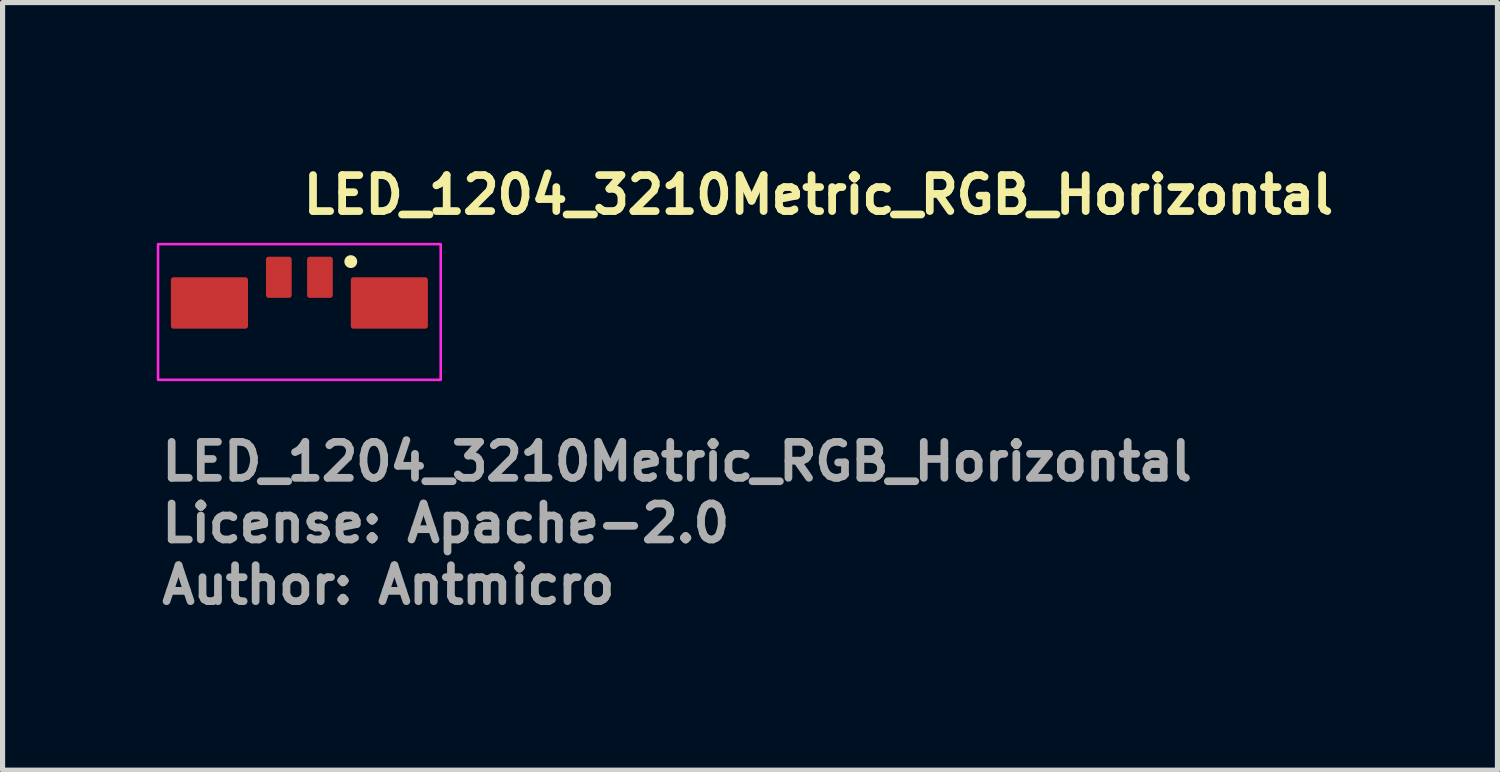
<source format=kicad_pcb>
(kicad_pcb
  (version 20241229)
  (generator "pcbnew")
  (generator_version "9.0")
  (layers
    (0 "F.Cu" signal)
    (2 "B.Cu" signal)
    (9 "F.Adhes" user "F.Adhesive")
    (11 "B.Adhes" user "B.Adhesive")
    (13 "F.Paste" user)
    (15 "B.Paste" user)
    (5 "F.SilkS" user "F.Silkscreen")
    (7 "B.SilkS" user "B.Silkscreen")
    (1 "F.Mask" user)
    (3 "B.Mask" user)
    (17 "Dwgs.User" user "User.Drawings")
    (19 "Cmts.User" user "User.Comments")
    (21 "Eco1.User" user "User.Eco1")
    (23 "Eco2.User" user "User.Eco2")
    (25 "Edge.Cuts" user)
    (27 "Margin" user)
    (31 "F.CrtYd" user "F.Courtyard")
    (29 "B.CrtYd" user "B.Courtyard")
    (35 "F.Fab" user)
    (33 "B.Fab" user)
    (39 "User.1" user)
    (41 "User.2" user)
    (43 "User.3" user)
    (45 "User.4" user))
  (footprint "LED_1204_3210Metric_RGB_Horizontal"
    (layer "F.Cu")
    (at 2.775 2.845)
    (property "Reference" "LED_1204_3210Metric_RGB_Horizontal" (at 0 -1.695 0) (unlocked yes) (layer "F.SilkS") (effects (font (size 0.7 0.7) (thickness 0.15)) (justify left bottom)))
    (attr smd)
    (fp_circle (center 1 -0.805) (end 1.05 -0.805) (stroke (width 0.15) (type solid)) (fill yes) (layer "F.SilkS"))
    (fp_rect (start -2.75 -1.145) (end 2.75 1.495) (stroke (width 0.05) (type solid)) (fill no) (layer "F.CrtYd"))
    (fp_rect (start -1.6 -0.26) (end 1.6 1.25) (stroke (width 0.1) (type solid)) (fill no) (layer "User.5"))
    (fp_line (start -1.6 -0.26) (end -1.6 0.26) (stroke (width 0.02) (type solid)) (layer "User.9"))
    (fp_line (start -1.6 -0.25) (end -1.6 -0.26) (stroke (width 0.02) (type solid)) (layer "User.9"))
    (fp_line (start -1.6 -0.25) (end -0.87 -0.25) (stroke (width 0.02) (type solid)) (layer "User.9"))
    (fp_line (start -1.6 0.25) (end -1.6 -0.25) (stroke (width 0.02) (type solid)) (layer "User.9"))
    (fp_line (start -1.6 0.25) (end -1.6 0.26) (stroke (width 0.02) (type solid)) (layer "User.9"))
    (fp_line (start -1.6 0.26) (end -1.6 -0.25) (stroke (width 0.02) (type solid)) (layer "User.9"))
    (fp_line (start -1.35 -0.26) (end -1.6 -0.26) (stroke (width 0.02) (type solid)) (layer "User.9"))
    (fp_line (start -1.35 -0.26) (end -1.2 -0.26) (stroke (width 0.02) (type solid)) (layer "User.9"))
    (fp_line (start -1.35 -0.26) (end -1.2 -0.26) (stroke (width 0.02) (type solid)) (layer "User.9"))
    (fp_line (start -1.35 0.26) (end -1.6 0.26) (stroke (width 0.02) (type solid)) (layer "User.9"))
    (fp_line (start -1.35 0.26) (end -1.35 -0.26) (stroke (width 0.02) (type solid)) (layer "User.9"))
    (fp_line (start -1.2 -0.26) (end -1.2 -0.25) (stroke (width 0.02) (type solid)) (layer "User.9"))
    (fp_line (start -1.2 -0.26) (end -0.87 -0.26) (stroke (width 0.02) (type solid)) (layer "User.9"))
    (fp_line (start -1.2 0.25) (end -1.2 0.26) (stroke (width 0.02) (type solid)) (layer "User.9"))
    (fp_line (start -1.2 0.26) (end -1.35 0.26) (stroke (width 0.02) (type solid)) (layer "User.9"))
    (fp_line (start -1.2 0.26) (end -1 0.26) (stroke (width 0.02) (type solid)) (layer "User.9"))
    (fp_line (start -1 0.25) (end -1 0.26) (stroke (width 0.02) (type solid)) (layer "User.9"))
    (fp_line (start -0.996 0.337) (end -1 0.25) (stroke (width 0.02) (type solid)) (layer "User.9"))
    (fp_line (start -0.985 0.424) (end -0.996 0.337) (stroke (width 0.02) (type solid)) (layer "User.9"))
    (fp_line (start -0.966 0.509) (end -0.985 0.424) (stroke (width 0.02) (type solid)) (layer "User.9"))
    (fp_line (start -0.94 0.592) (end -0.966 0.509) (stroke (width 0.02) (type solid)) (layer "User.9"))
    (fp_line (start -0.906 0.673) (end -0.94 0.592) (stroke (width 0.02) (type solid)) (layer "User.9"))
    (fp_line (start -0.87 -0.26) (end -0.87 -0.25) (stroke (width 0.02) (type solid)) (layer "User.9"))
    (fp_line (start -0.87 -0.26) (end -0.75 -0.26) (stroke (width 0.02) (type solid)) (layer "User.9"))
    (fp_line (start -0.866 0.75) (end -0.906 0.673) (stroke (width 0.02) (type solid)) (layer "User.9"))
    (fp_line (start -0.819 0.823) (end -0.866 0.75) (stroke (width 0.02) (type solid)) (layer "User.9"))
    (fp_line (start -0.766 0.893) (end -0.819 0.823) (stroke (width 0.02) (type solid)) (layer "User.9"))
    (fp_line (start -0.75 -0.26) (end -0.87 -0.26) (stroke (width 0.02) (type solid)) (layer "User.9"))
    (fp_line (start -0.75 -0.26) (end -0.6 -0.26) (stroke (width 0.02) (type solid)) (layer "User.9"))
    (fp_line (start -0.75 -0.25) (end -0.75 -0.26) (stroke (width 0.02) (type solid)) (layer "User.9"))
    (fp_line (start -0.75 -0.25) (end -0.6 -0.25) (stroke (width 0.02) (type solid)) (layer "User.9"))
    (fp_line (start -0.707 0.957) (end -0.766 0.893) (stroke (width 0.02) (type solid)) (layer "User.9"))
    (fp_line (start -0.643 1.016) (end -0.707 0.957) (stroke (width 0.02) (type solid)) (layer "User.9"))
    (fp_line (start -0.6 -0.26) (end -0.2 -0.26) (stroke (width 0.02) (type solid)) (layer "User.9"))
    (fp_line (start -0.6 -0.25) (end -1.2 -0.25) (stroke (width 0.02) (type solid)) (layer "User.9"))
    (fp_line (start -0.6 -0.25) (end -0.6 -0.26) (stroke (width 0.02) (type solid)) (layer "User.9"))
    (fp_line (start -0.574 1.069) (end -0.643 1.016) (stroke (width 0.02) (type solid)) (layer "User.9"))
    (fp_line (start -0.5 1.116) (end -0.574 1.069) (stroke (width 0.02) (type solid)) (layer "User.9"))
    (fp_line (start -0.422 1.156) (end -0.5 1.116) (stroke (width 0.02) (type solid)) (layer "User.9"))
    (fp_line (start -0.342 1.19) (end -0.422 1.156) (stroke (width 0.02) (type solid)) (layer "User.9"))
    (fp_line (start -0.259 1.215) (end -0.342 1.19) (stroke (width 0.02) (type solid)) (layer "User.9"))
    (fp_line (start -0.2 -0.26) (end -0.2 -0.25) (stroke (width 0.02) (type solid)) (layer "User.9"))
    (fp_line (start -0.174 1.235) (end -0.259 1.215) (stroke (width 0.02) (type solid)) (layer "User.9"))
    (fp_line (start -0.087 1.246) (end -0.174 1.235) (stroke (width 0.02) (type solid)) (layer "User.9"))
    (fp_line (start 0 1.25) (end -0.087 1.246) (stroke (width 0.02) (type solid)) (layer "User.9"))
    (fp_line (start 0.087 1.246) (end 0 1.25) (stroke (width 0.02) (type solid)) (layer "User.9"))
    (fp_line (start 0.174 1.235) (end 0.087 1.246) (stroke (width 0.02) (type solid)) (layer "User.9"))
    (fp_line (start 0.2 -0.26) (end 0.6 -0.26) (stroke (width 0.02) (type solid)) (layer "User.9"))
    (fp_line (start 0.2 -0.25) (end -0.2 -0.25) (stroke (width 0.02) (type solid)) (layer "User.9"))
    (fp_line (start 0.2 -0.25) (end 0.2 -0.26) (stroke (width 0.02) (type solid)) (layer "User.9"))
    (fp_line (start 0.259 1.216) (end 0.174 1.235) (stroke (width 0.02) (type solid)) (layer "User.9"))
    (fp_line (start 0.342 1.19) (end 0.259 1.216) (stroke (width 0.02) (type solid)) (layer "User.9"))
    (fp_line (start 0.423 1.156) (end 0.342 1.19) (stroke (width 0.02) (type solid)) (layer "User.9"))
    (fp_line (start 0.5 1.116) (end 0.423 1.156) (stroke (width 0.02) (type solid)) (layer "User.9"))
    (fp_line (start 0.573 1.069) (end 0.5 1.116) (stroke (width 0.02) (type solid)) (layer "User.9"))
    (fp_line (start 0.6 -0.26) (end 0.6 -0.25) (stroke (width 0.02) (type solid)) (layer "User.9"))
    (fp_line (start 0.6 -0.25) (end 0.6 -0.26) (stroke (width 0.02) (type solid)) (layer "User.9"))
    (fp_line (start 0.6 -0.25) (end 1.2 -0.25) (stroke (width 0.02) (type solid)) (layer "User.9"))
    (fp_line (start 0.6 -0.25) (end 1.2 -0.25) (stroke (width 0.02) (type solid)) (layer "User.9"))
    (fp_line (start 0.643 1.016) (end 0.573 1.069) (stroke (width 0.02) (type solid)) (layer "User.9"))
    (fp_line (start 0.707 0.957) (end 0.643 1.016) (stroke (width 0.02) (type solid)) (layer "User.9"))
    (fp_line (start 0.766 0.893) (end 0.707 0.957) (stroke (width 0.02) (type solid)) (layer "User.9"))
    (fp_line (start 0.819 0.824) (end 0.766 0.893) (stroke (width 0.02) (type solid)) (layer "User.9"))
    (fp_line (start 0.906 0.672) (end 0.866 0.75) (stroke (width 0.02) (type solid)) (layer "User.9"))
    (fp_line (start 0.94 0.592) (end 0.906 0.672) (stroke (width 0.02) (type solid)) (layer "User.9"))
    (fp_line (start 0.965 0.509) (end 0.94 0.592) (stroke (width 0.02) (type solid)) (layer "User.9"))
    (fp_line (start 0.985 0.424) (end 0.965 0.509) (stroke (width 0.02) (type solid)) (layer "User.9"))
    (fp_line (start 0.996 0.337) (end 0.985 0.424) (stroke (width 0.02) (type solid)) (layer "User.9"))
    (fp_line (start 1 0.25) (end 0.996 0.337) (stroke (width 0.02) (type solid)) (layer "User.9"))
    (fp_line (start 1 0.26) (end 1 0.25) (stroke (width 0.02) (type solid)) (layer "User.9"))
    (fp_line (start 1.177 0.26) (end 0.819 0.824) (stroke (width 0.02) (type solid)) (layer "User.9"))
    (fp_line (start 1.177 0.26) (end 1.35 0.26) (stroke (width 0.02) (type solid)) (layer "User.9"))
    (fp_line (start 1.2 -0.26) (end 0.6 -0.26) (stroke (width 0.02) (type solid)) (layer "User.9"))
    (fp_line (start 1.2 -0.26) (end 1.35 -0.26) (stroke (width 0.02) (type solid)) (layer "User.9"))
    (fp_line (start 1.2 -0.25) (end 1.2 -0.26) (stroke (width 0.02) (type solid)) (layer "User.9"))
    (fp_line (start 1.2 0.25) (end -1.2 0.25) (stroke (width 0.02) (type solid)) (layer "User.9"))
    (fp_line (start 1.2 0.26) (end 1 0.26) (stroke (width 0.02) (type solid)) (layer "User.9"))
    (fp_line (start 1.2 0.26) (end 1.2 0.25) (stroke (width 0.02) (type solid)) (layer "User.9"))
    (fp_line (start 1.35 -0.26) (end 1.2 -0.26) (stroke (width 0.02) (type solid)) (layer "User.9"))
    (fp_line (start 1.35 -0.26) (end 1.35 0.26) (stroke (width 0.02) (type solid)) (layer "User.9"))
    (fp_line (start 1.35 -0.26) (end 1.6 -0.26) (stroke (width 0.02) (type solid)) (layer "User.9"))
    (fp_line (start 1.35 0.26) (end 1.177 0.26) (stroke (width 0.02) (type solid)) (layer "User.9"))
    (fp_line (start 1.35 0.26) (end 1.6 0.26) (stroke (width 0.02) (type solid)) (layer "User.9"))
    (fp_line (start 1.6 -0.26) (end 1.6 0.26) (stroke (width 0.02) (type solid)) (layer "User.9"))
    (fp_text user "Author: Antmicro" (at -2.75 5.895 0) (layer "F.Fab") (effects (font (size 0.7 0.7) (thickness 0.15)) (justify left bottom)))
    (fp_text user "${REFERENCE}" (at -2.75 3.495 0) (unlocked yes) (layer "F.Fab") (effects (font (size 0.7 0.7) (thickness 0.15)) (justify left bottom)))
    (fp_text user "License: Apache-2.0" (at -2.75 4.695 0) (layer "F.Fab") (effects (font (size 0.7 0.7) (thickness 0.15)) (justify left bottom)))
    (pad "1" smd roundrect (at 0.4 -0.5) (size 0.5 0.8) (layers "F.Cu" "F.Mask" "F.Paste") (roundrect_rratio 0.1))
    (pad "2" smd roundrect (at -0.4 -0.5) (size 0.5 0.8) (layers "F.Cu" "F.Mask" "F.Paste") (roundrect_rratio 0.1))
    (pad "3" smd roundrect (at -1.75 0) (size 1.5 1) (layers "F.Cu" "F.Mask" "F.Paste") (roundrect_rratio 0.05))
    (pad "4" smd roundrect (at 1.75 0) (size 1.5 1) (layers "F.Cu" "F.Mask" "F.Paste") (roundrect_rratio 0.05)))
  (gr_rect
    (start -3 -3)
    (end 26.085 11.935)
    (stroke (width 0.1) (type default))
    (fill no)
    (layer "Edge.Cuts")))
</source>
